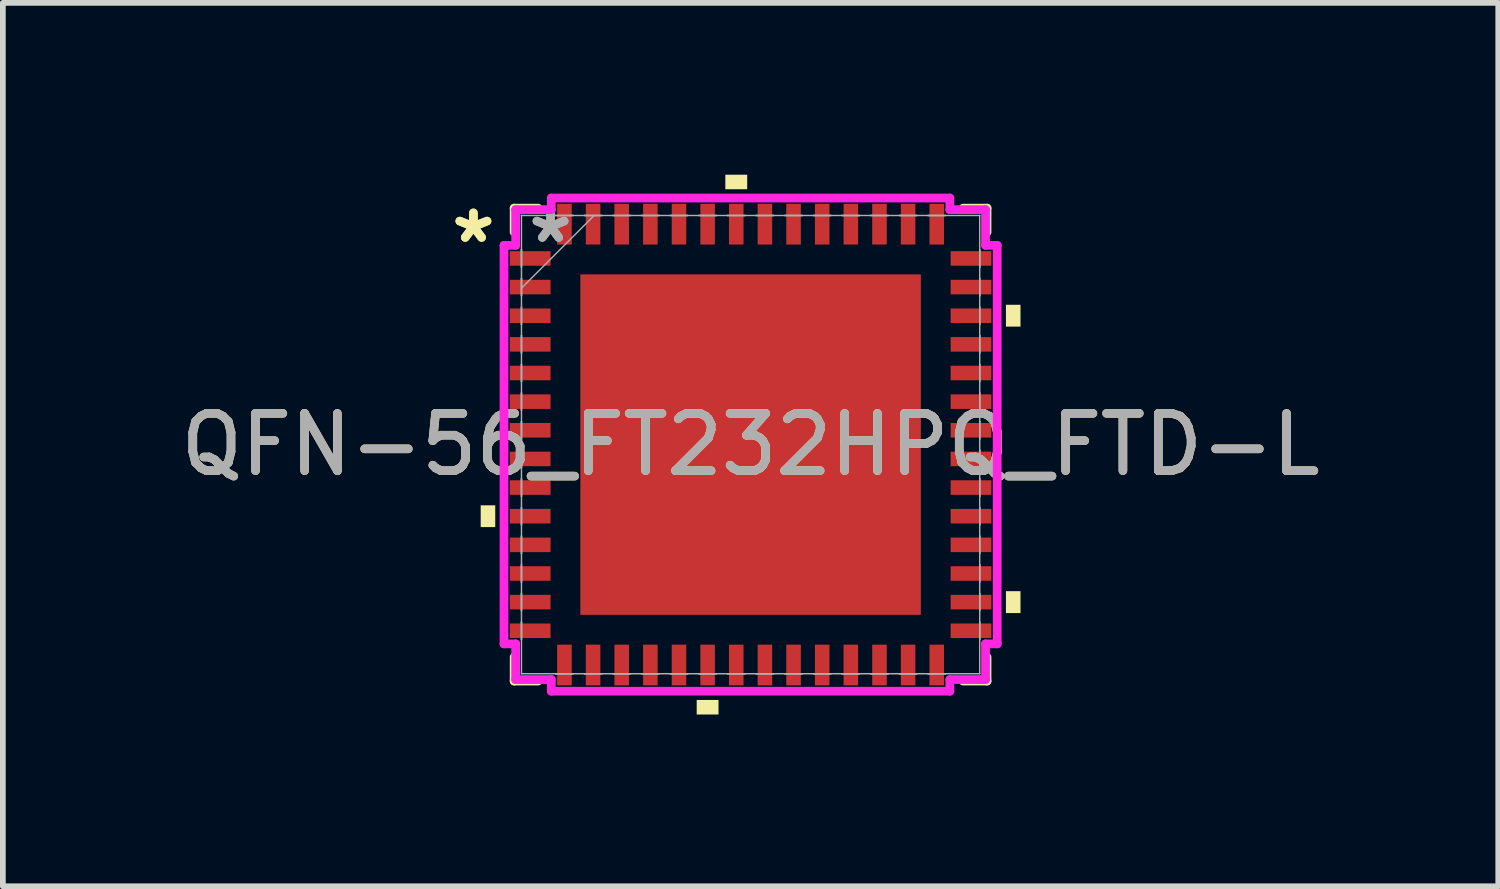
<source format=kicad_pcb>
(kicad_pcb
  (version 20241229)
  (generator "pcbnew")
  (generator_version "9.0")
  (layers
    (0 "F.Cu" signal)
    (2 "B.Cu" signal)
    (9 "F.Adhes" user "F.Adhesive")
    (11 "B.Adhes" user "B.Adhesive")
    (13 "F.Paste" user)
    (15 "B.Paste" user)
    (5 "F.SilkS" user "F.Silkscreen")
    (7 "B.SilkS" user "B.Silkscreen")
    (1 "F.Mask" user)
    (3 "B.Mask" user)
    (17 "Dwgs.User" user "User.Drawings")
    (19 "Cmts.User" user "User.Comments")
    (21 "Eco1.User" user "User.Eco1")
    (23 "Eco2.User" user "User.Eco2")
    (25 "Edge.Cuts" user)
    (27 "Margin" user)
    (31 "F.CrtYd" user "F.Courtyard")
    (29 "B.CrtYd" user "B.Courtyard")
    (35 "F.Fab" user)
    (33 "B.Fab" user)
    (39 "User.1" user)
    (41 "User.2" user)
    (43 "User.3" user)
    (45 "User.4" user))
  (footprint "QFN-56_FT232HPQ_FTD-L"
    (layer "F.Cu")
    (at 10.054 4.712)
    (property "Reference" "QFN-56_FT232HPQ_FTD-L" (at 0 0 0) (unlocked yes) (layer "F.SilkS") (effects (font (size 1 1) (thickness 0.15))))
    (attr smd)
    (fp_line (start -4.128 -4.128) (end -4.128 -3.71) (stroke (width 0.152) (type solid)) (layer "F.SilkS"))
    (fp_line (start -4.128 3.71) (end -4.128 4.128) (stroke (width 0.152) (type solid)) (layer "F.SilkS"))
    (fp_line (start -4.128 4.128) (end -3.71 4.128) (stroke (width 0.152) (type solid)) (layer "F.SilkS"))
    (fp_line (start -3.71 -4.128) (end -4.128 -4.128) (stroke (width 0.152) (type solid)) (layer "F.SilkS"))
    (fp_line (start 3.71 4.128) (end 4.128 4.128) (stroke (width 0.152) (type solid)) (layer "F.SilkS"))
    (fp_line (start 4.128 -4.128) (end 3.71 -4.128) (stroke (width 0.152) (type solid)) (layer "F.SilkS"))
    (fp_line (start 4.128 -3.71) (end 4.128 -4.128) (stroke (width 0.152) (type solid)) (layer "F.SilkS"))
    (fp_line (start 4.128 4.128) (end 4.128 3.71) (stroke (width 0.152) (type solid)) (layer "F.SilkS"))
    (fp_poly (pts (xy -4.712 1.06) (xy -4.712 1.44) (xy -4.458 1.44) (xy -4.458 1.06)) (stroke (width 0) (type solid)) (fill yes) (layer "F.SilkS"))
    (fp_poly (pts (xy -0.941 4.458) (xy -0.941 4.712) (xy -0.56 4.712) (xy -0.56 4.458)) (stroke (width 0) (type solid)) (fill yes) (layer "F.SilkS"))
    (fp_poly (pts (xy -0.441 -4.458) (xy -0.441 -4.712) (xy -0.059 -4.712) (xy -0.059 -4.458)) (stroke (width 0) (type solid)) (fill yes) (layer "F.SilkS"))
    (fp_poly (pts (xy 4.712 -2.441) (xy 4.712 -2.06) (xy 4.458 -2.06) (xy 4.458 -2.441)) (stroke (width 0) (type solid)) (fill yes) (layer "F.SilkS"))
    (fp_poly (pts (xy 4.712 2.559) (xy 4.712 2.941) (xy 4.458 2.941) (xy 4.458 2.559)) (stroke (width 0) (type solid)) (fill yes) (layer "F.SilkS"))
    (fp_poly (pts (xy -2.872 -2.872) (xy -2.872 -1.586) (xy -1.586 -1.586) (xy -1.586 -2.872)) (stroke (width 0) (type solid)) (fill yes) (layer "F.Paste"))
    (fp_poly (pts (xy -2.872 -1.386) (xy -2.872 -0.1) (xy -1.586 -0.1) (xy -1.586 -1.386)) (stroke (width 0) (type solid)) (fill yes) (layer "F.Paste"))
    (fp_poly (pts (xy -2.872 0.1) (xy -2.872 1.386) (xy -1.586 1.386) (xy -1.586 0.1)) (stroke (width 0) (type solid)) (fill yes) (layer "F.Paste"))
    (fp_poly (pts (xy -2.872 1.586) (xy -2.872 2.872) (xy -1.586 2.872) (xy -1.586 1.586)) (stroke (width 0) (type solid)) (fill yes) (layer "F.Paste"))
    (fp_poly (pts (xy -1.386 -2.872) (xy -1.386 -1.586) (xy -0.1 -1.586) (xy -0.1 -2.872)) (stroke (width 0) (type solid)) (fill yes) (layer "F.Paste"))
    (fp_poly (pts (xy -1.386 -1.386) (xy -1.386 -0.1) (xy -0.1 -0.1) (xy -0.1 -1.386)) (stroke (width 0) (type solid)) (fill yes) (layer "F.Paste"))
    (fp_poly (pts (xy -1.386 0.1) (xy -1.386 1.386) (xy -0.1 1.386) (xy -0.1 0.1)) (stroke (width 0) (type solid)) (fill yes) (layer "F.Paste"))
    (fp_poly (pts (xy -1.386 1.586) (xy -1.386 2.872) (xy -0.1 2.872) (xy -0.1 1.586)) (stroke (width 0) (type solid)) (fill yes) (layer "F.Paste"))
    (fp_poly (pts (xy 0.1 -2.872) (xy 0.1 -1.586) (xy 1.386 -1.586) (xy 1.386 -2.872)) (stroke (width 0) (type solid)) (fill yes) (layer "F.Paste"))
    (fp_poly (pts (xy 0.1 -1.386) (xy 0.1 -0.1) (xy 1.386 -0.1) (xy 1.386 -1.386)) (stroke (width 0) (type solid)) (fill yes) (layer "F.Paste"))
    (fp_poly (pts (xy 0.1 0.1) (xy 0.1 1.386) (xy 1.386 1.386) (xy 1.386 0.1)) (stroke (width 0) (type solid)) (fill yes) (layer "F.Paste"))
    (fp_poly (pts (xy 0.1 1.586) (xy 0.1 2.872) (xy 1.386 2.872) (xy 1.386 1.586)) (stroke (width 0) (type solid)) (fill yes) (layer "F.Paste"))
    (fp_poly (pts (xy 1.586 -2.872) (xy 1.586 -1.586) (xy 2.872 -1.586) (xy 2.872 -2.872)) (stroke (width 0) (type solid)) (fill yes) (layer "F.Paste"))
    (fp_poly (pts (xy 1.586 -1.386) (xy 1.586 -0.1) (xy 2.872 -0.1) (xy 2.872 -1.386)) (stroke (width 0) (type solid)) (fill yes) (layer "F.Paste"))
    (fp_poly (pts (xy 1.586 0.1) (xy 1.586 1.386) (xy 2.872 1.386) (xy 2.872 0.1)) (stroke (width 0) (type solid)) (fill yes) (layer "F.Paste"))
    (fp_poly (pts (xy 1.586 1.586) (xy 1.586 2.872) (xy 2.872 2.872) (xy 2.872 1.586)) (stroke (width 0) (type solid)) (fill yes) (layer "F.Paste"))
    (fp_line (start -4.305 -3.479) (end -4.102 -3.479) (stroke (width 0.152) (type solid)) (layer "F.CrtYd"))
    (fp_line (start -4.305 3.479) (end -4.305 -3.479) (stroke (width 0.152) (type solid)) (layer "F.CrtYd"))
    (fp_line (start -4.102 -4.102) (end -3.479 -4.102) (stroke (width 0.152) (type solid)) (layer "F.CrtYd"))
    (fp_line (start -4.102 -3.479) (end -4.102 -4.102) (stroke (width 0.152) (type solid)) (layer "F.CrtYd"))
    (fp_line (start -4.102 3.479) (end -4.305 3.479) (stroke (width 0.152) (type solid)) (layer "F.CrtYd"))
    (fp_line (start -4.102 4.102) (end -4.102 3.479) (stroke (width 0.152) (type solid)) (layer "F.CrtYd"))
    (fp_line (start -3.479 -4.305) (end 3.479 -4.305) (stroke (width 0.152) (type solid)) (layer "F.CrtYd"))
    (fp_line (start -3.479 -4.102) (end -3.479 -4.305) (stroke (width 0.152) (type solid)) (layer "F.CrtYd"))
    (fp_line (start -3.479 4.102) (end -4.102 4.102) (stroke (width 0.152) (type solid)) (layer "F.CrtYd"))
    (fp_line (start -3.479 4.305) (end -3.479 4.102) (stroke (width 0.152) (type solid)) (layer "F.CrtYd"))
    (fp_line (start 3.479 -4.305) (end 3.479 -4.102) (stroke (width 0.152) (type solid)) (layer "F.CrtYd"))
    (fp_line (start 3.479 -4.102) (end 4.102 -4.102) (stroke (width 0.152) (type solid)) (layer "F.CrtYd"))
    (fp_line (start 3.479 4.102) (end 3.479 4.305) (stroke (width 0.152) (type solid)) (layer "F.CrtYd"))
    (fp_line (start 3.479 4.305) (end -3.479 4.305) (stroke (width 0.152) (type solid)) (layer "F.CrtYd"))
    (fp_line (start 4.102 -4.102) (end 4.102 -3.479) (stroke (width 0.152) (type solid)) (layer "F.CrtYd"))
    (fp_line (start 4.102 -3.479) (end 4.305 -3.479) (stroke (width 0.152) (type solid)) (layer "F.CrtYd"))
    (fp_line (start 4.102 3.479) (end 4.102 4.102) (stroke (width 0.152) (type solid)) (layer "F.CrtYd"))
    (fp_line (start 4.102 4.102) (end 3.479 4.102) (stroke (width 0.152) (type solid)) (layer "F.CrtYd"))
    (fp_line (start 4.305 -3.479) (end 4.305 3.479) (stroke (width 0.152) (type solid)) (layer "F.CrtYd"))
    (fp_line (start 4.305 3.479) (end 4.102 3.479) (stroke (width 0.152) (type solid)) (layer "F.CrtYd"))
    (fp_line (start -4 -4) (end -4 -4) (stroke (width 0.025) (type solid)) (layer "F.Fab"))
    (fp_line (start -4 -4) (end -4 4) (stroke (width 0.025) (type solid)) (layer "F.Fab"))
    (fp_line (start -4 -3.402) (end -4 -3.402) (stroke (width 0.025) (type solid)) (layer "F.Fab"))
    (fp_line (start -4 -3.402) (end -4 -3.098) (stroke (width 0.025) (type solid)) (layer "F.Fab"))
    (fp_line (start -4 -3.098) (end -4 -3.402) (stroke (width 0.025) (type solid)) (layer "F.Fab"))
    (fp_line (start -4 -3.098) (end -4 -3.098) (stroke (width 0.025) (type solid)) (layer "F.Fab"))
    (fp_line (start -4 -2.902) (end -4 -2.902) (stroke (width 0.025) (type solid)) (layer "F.Fab"))
    (fp_line (start -4 -2.902) (end -4 -2.598) (stroke (width 0.025) (type solid)) (layer "F.Fab"))
    (fp_line (start -4 -2.731) (end -2.731 -4) (stroke (width 0.025) (type solid)) (layer "F.Fab"))
    (fp_line (start -4 -2.598) (end -4 -2.902) (stroke (width 0.025) (type solid)) (layer "F.Fab"))
    (fp_line (start -4 -2.598) (end -4 -2.598) (stroke (width 0.025) (type solid)) (layer "F.Fab"))
    (fp_line (start -4 -2.402) (end -4 -2.402) (stroke (width 0.025) (type solid)) (layer "F.Fab"))
    (fp_line (start -4 -2.402) (end -4 -2.098) (stroke (width 0.025) (type solid)) (layer "F.Fab"))
    (fp_line (start -4 -2.098) (end -4 -2.402) (stroke (width 0.025) (type solid)) (layer "F.Fab"))
    (fp_line (start -4 -2.098) (end -4 -2.098) (stroke (width 0.025) (type solid)) (layer "F.Fab"))
    (fp_line (start -4 -1.902) (end -4 -1.902) (stroke (width 0.025) (type solid)) (layer "F.Fab"))
    (fp_line (start -4 -1.902) (end -4 -1.598) (stroke (width 0.025) (type solid)) (layer "F.Fab"))
    (fp_line (start -4 -1.598) (end -4 -1.902) (stroke (width 0.025) (type solid)) (layer "F.Fab"))
    (fp_line (start -4 -1.598) (end -4 -1.598) (stroke (width 0.025) (type solid)) (layer "F.Fab"))
    (fp_line (start -4 -1.402) (end -4 -1.402) (stroke (width 0.025) (type solid)) (layer "F.Fab"))
    (fp_line (start -4 -1.402) (end -4 -1.098) (stroke (width 0.025) (type solid)) (layer "F.Fab"))
    (fp_line (start -4 -1.098) (end -4 -1.402) (stroke (width 0.025) (type solid)) (layer "F.Fab"))
    (fp_line (start -4 -1.098) (end -4 -1.098) (stroke (width 0.025) (type solid)) (layer "F.Fab"))
    (fp_line (start -4 -0.902) (end -4 -0.902) (stroke (width 0.025) (type solid)) (layer "F.Fab"))
    (fp_line (start -4 -0.902) (end -4 -0.598) (stroke (width 0.025) (type solid)) (layer "F.Fab"))
    (fp_line (start -4 -0.598) (end -4 -0.902) (stroke (width 0.025) (type solid)) (layer "F.Fab"))
    (fp_line (start -4 -0.598) (end -4 -0.598) (stroke (width 0.025) (type solid)) (layer "F.Fab"))
    (fp_line (start -4 -0.402) (end -4 -0.402) (stroke (width 0.025) (type solid)) (layer "F.Fab"))
    (fp_line (start -4 -0.402) (end -4 -0.098) (stroke (width 0.025) (type solid)) (layer "F.Fab"))
    (fp_line (start -4 -0.098) (end -4 -0.402) (stroke (width 0.025) (type solid)) (layer "F.Fab"))
    (fp_line (start -4 -0.098) (end -4 -0.098) (stroke (width 0.025) (type solid)) (layer "F.Fab"))
    (fp_line (start -4 0.098) (end -4 0.098) (stroke (width 0.025) (type solid)) (layer "F.Fab"))
    (fp_line (start -4 0.098) (end -4 0.402) (stroke (width 0.025) (type solid)) (layer "F.Fab"))
    (fp_line (start -4 0.402) (end -4 0.098) (stroke (width 0.025) (type solid)) (layer "F.Fab"))
    (fp_line (start -4 0.402) (end -4 0.402) (stroke (width 0.025) (type solid)) (layer "F.Fab"))
    (fp_line (start -4 0.598) (end -4 0.598) (stroke (width 0.025) (type solid)) (layer "F.Fab"))
    (fp_line (start -4 0.598) (end -4 0.902) (stroke (width 0.025) (type solid)) (layer "F.Fab"))
    (fp_line (start -4 0.902) (end -4 0.598) (stroke (width 0.025) (type solid)) (layer "F.Fab"))
    (fp_line (start -4 0.902) (end -4 0.902) (stroke (width 0.025) (type solid)) (layer "F.Fab"))
    (fp_line (start -4 1.098) (end -4 1.098) (stroke (width 0.025) (type solid)) (layer "F.Fab"))
    (fp_line (start -4 1.098) (end -4 1.402) (stroke (width 0.025) (type solid)) (layer "F.Fab"))
    (fp_line (start -4 1.402) (end -4 1.098) (stroke (width 0.025) (type solid)) (layer "F.Fab"))
    (fp_line (start -4 1.402) (end -4 1.402) (stroke (width 0.025) (type solid)) (layer "F.Fab"))
    (fp_line (start -4 1.598) (end -4 1.598) (stroke (width 0.025) (type solid)) (layer "F.Fab"))
    (fp_line (start -4 1.598) (end -4 1.902) (stroke (width 0.025) (type solid)) (layer "F.Fab"))
    (fp_line (start -4 1.902) (end -4 1.598) (stroke (width 0.025) (type solid)) (layer "F.Fab"))
    (fp_line (start -4 1.902) (end -4 1.902) (stroke (width 0.025) (type solid)) (layer "F.Fab"))
    (fp_line (start -4 2.098) (end -4 2.098) (stroke (width 0.025) (type solid)) (layer "F.Fab"))
    (fp_line (start -4 2.098) (end -4 2.402) (stroke (width 0.025) (type solid)) (layer "F.Fab"))
    (fp_line (start -4 2.402) (end -4 2.098) (stroke (width 0.025) (type solid)) (layer "F.Fab"))
    (fp_line (start -4 2.402) (end -4 2.402) (stroke (width 0.025) (type solid)) (layer "F.Fab"))
    (fp_line (start -4 2.598) (end -4 2.598) (stroke (width 0.025) (type solid)) (layer "F.Fab"))
    (fp_line (start -4 2.598) (end -4 2.902) (stroke (width 0.025) (type solid)) (layer "F.Fab"))
    (fp_line (start -4 2.902) (end -4 2.598) (stroke (width 0.025) (type solid)) (layer "F.Fab"))
    (fp_line (start -4 2.902) (end -4 2.902) (stroke (width 0.025) (type solid)) (layer "F.Fab"))
    (fp_line (start -4 3.098) (end -4 3.098) (stroke (width 0.025) (type solid)) (layer "F.Fab"))
    (fp_line (start -4 3.098) (end -4 3.402) (stroke (width 0.025) (type solid)) (layer "F.Fab"))
    (fp_line (start -4 3.402) (end -4 3.098) (stroke (width 0.025) (type solid)) (layer "F.Fab"))
    (fp_line (start -4 3.402) (end -4 3.402) (stroke (width 0.025) (type solid)) (layer "F.Fab"))
    (fp_line (start -4 4) (end -4 4) (stroke (width 0.025) (type solid)) (layer "F.Fab"))
    (fp_line (start -4 4) (end 4 4) (stroke (width 0.025) (type solid)) (layer "F.Fab"))
    (fp_line (start -3.402 -4) (end -3.402 -4) (stroke (width 0.025) (type solid)) (layer "F.Fab"))
    (fp_line (start -3.402 -4) (end -3.098 -4) (stroke (width 0.025) (type solid)) (layer "F.Fab"))
    (fp_line (start -3.402 4) (end -3.402 4) (stroke (width 0.025) (type solid)) (layer "F.Fab"))
    (fp_line (start -3.402 4) (end -3.098 4) (stroke (width 0.025) (type solid)) (layer "F.Fab"))
    (fp_line (start -3.098 -4) (end -3.402 -4) (stroke (width 0.025) (type solid)) (layer "F.Fab"))
    (fp_line (start -3.098 -4) (end -3.098 -4) (stroke (width 0.025) (type solid)) (layer "F.Fab"))
    (fp_line (start -3.098 4) (end -3.402 4) (stroke (width 0.025) (type solid)) (layer "F.Fab"))
    (fp_line (start -3.098 4) (end -3.098 4) (stroke (width 0.025) (type solid)) (layer "F.Fab"))
    (fp_line (start -2.902 -4) (end -2.902 -4) (stroke (width 0.025) (type solid)) (layer "F.Fab"))
    (fp_line (start -2.902 -4) (end -2.598 -4) (stroke (width 0.025) (type solid)) (layer "F.Fab"))
    (fp_line (start -2.902 4) (end -2.902 4) (stroke (width 0.025) (type solid)) (layer "F.Fab"))
    (fp_line (start -2.902 4) (end -2.598 4) (stroke (width 0.025) (type solid)) (layer "F.Fab"))
    (fp_line (start -2.598 -4) (end -2.902 -4) (stroke (width 0.025) (type solid)) (layer "F.Fab"))
    (fp_line (start -2.598 -4) (end -2.598 -4) (stroke (width 0.025) (type solid)) (layer "F.Fab"))
    (fp_line (start -2.598 4) (end -2.902 4) (stroke (width 0.025) (type solid)) (layer "F.Fab"))
    (fp_line (start -2.598 4) (end -2.598 4) (stroke (width 0.025) (type solid)) (layer "F.Fab"))
    (fp_line (start -2.402 -4) (end -2.402 -4) (stroke (width 0.025) (type solid)) (layer "F.Fab"))
    (fp_line (start -2.402 -4) (end -2.098 -4) (stroke (width 0.025) (type solid)) (layer "F.Fab"))
    (fp_line (start -2.402 4) (end -2.402 4) (stroke (width 0.025) (type solid)) (layer "F.Fab"))
    (fp_line (start -2.402 4) (end -2.098 4) (stroke (width 0.025) (type solid)) (layer "F.Fab"))
    (fp_line (start -2.098 -4) (end -2.402 -4) (stroke (width 0.025) (type solid)) (layer "F.Fab"))
    (fp_line (start -2.098 -4) (end -2.098 -4) (stroke (width 0.025) (type solid)) (layer "F.Fab"))
    (fp_line (start -2.098 4) (end -2.402 4) (stroke (width 0.025) (type solid)) (layer "F.Fab"))
    (fp_line (start -2.098 4) (end -2.098 4) (stroke (width 0.025) (type solid)) (layer "F.Fab"))
    (fp_line (start -1.902 -4) (end -1.902 -4) (stroke (width 0.025) (type solid)) (layer "F.Fab"))
    (fp_line (start -1.902 -4) (end -1.598 -4) (stroke (width 0.025) (type solid)) (layer "F.Fab"))
    (fp_line (start -1.902 4) (end -1.902 4) (stroke (width 0.025) (type solid)) (layer "F.Fab"))
    (fp_line (start -1.902 4) (end -1.598 4) (stroke (width 0.025) (type solid)) (layer "F.Fab"))
    (fp_line (start -1.598 -4) (end -1.902 -4) (stroke (width 0.025) (type solid)) (layer "F.Fab"))
    (fp_line (start -1.598 -4) (end -1.598 -4) (stroke (width 0.025) (type solid)) (layer "F.Fab"))
    (fp_line (start -1.598 4) (end -1.902 4) (stroke (width 0.025) (type solid)) (layer "F.Fab"))
    (fp_line (start -1.598 4) (end -1.598 4) (stroke (width 0.025) (type solid)) (layer "F.Fab"))
    (fp_line (start -1.402 -4) (end -1.402 -4) (stroke (width 0.025) (type solid)) (layer "F.Fab"))
    (fp_line (start -1.402 -4) (end -1.098 -4) (stroke (width 0.025) (type solid)) (layer "F.Fab"))
    (fp_line (start -1.402 4) (end -1.402 4) (stroke (width 0.025) (type solid)) (layer "F.Fab"))
    (fp_line (start -1.402 4) (end -1.098 4) (stroke (width 0.025) (type solid)) (layer "F.Fab"))
    (fp_line (start -1.098 -4) (end -1.402 -4) (stroke (width 0.025) (type solid)) (layer "F.Fab"))
    (fp_line (start -1.098 -4) (end -1.098 -4) (stroke (width 0.025) (type solid)) (layer "F.Fab"))
    (fp_line (start -1.098 4) (end -1.402 4) (stroke (width 0.025) (type solid)) (layer "F.Fab"))
    (fp_line (start -1.098 4) (end -1.098 4) (stroke (width 0.025) (type solid)) (layer "F.Fab"))
    (fp_line (start -0.902 -4) (end -0.902 -4) (stroke (width 0.025) (type solid)) (layer "F.Fab"))
    (fp_line (start -0.902 -4) (end -0.598 -4) (stroke (width 0.025) (type solid)) (layer "F.Fab"))
    (fp_line (start -0.902 4) (end -0.902 4) (stroke (width 0.025) (type solid)) (layer "F.Fab"))
    (fp_line (start -0.902 4) (end -0.598 4) (stroke (width 0.025) (type solid)) (layer "F.Fab"))
    (fp_line (start -0.598 -4) (end -0.902 -4) (stroke (width 0.025) (type solid)) (layer "F.Fab"))
    (fp_line (start -0.598 -4) (end -0.598 -4) (stroke (width 0.025) (type solid)) (layer "F.Fab"))
    (fp_line (start -0.598 4) (end -0.902 4) (stroke (width 0.025) (type solid)) (layer "F.Fab"))
    (fp_line (start -0.598 4) (end -0.598 4) (stroke (width 0.025) (type solid)) (layer "F.Fab"))
    (fp_line (start -0.402 -4) (end -0.402 -4) (stroke (width 0.025) (type solid)) (layer "F.Fab"))
    (fp_line (start -0.402 -4) (end -0.098 -4) (stroke (width 0.025) (type solid)) (layer "F.Fab"))
    (fp_line (start -0.402 4) (end -0.402 4) (stroke (width 0.025) (type solid)) (layer "F.Fab"))
    (fp_line (start -0.402 4) (end -0.098 4) (stroke (width 0.025) (type solid)) (layer "F.Fab"))
    (fp_line (start -0.098 -4) (end -0.402 -4) (stroke (width 0.025) (type solid)) (layer "F.Fab"))
    (fp_line (start -0.098 -4) (end -0.098 -4) (stroke (width 0.025) (type solid)) (layer "F.Fab"))
    (fp_line (start -0.098 4) (end -0.402 4) (stroke (width 0.025) (type solid)) (layer "F.Fab"))
    (fp_line (start -0.098 4) (end -0.098 4) (stroke (width 0.025) (type solid)) (layer "F.Fab"))
    (fp_line (start 0.098 -4) (end 0.098 -4) (stroke (width 0.025) (type solid)) (layer "F.Fab"))
    (fp_line (start 0.098 -4) (end 0.402 -4) (stroke (width 0.025) (type solid)) (layer "F.Fab"))
    (fp_line (start 0.098 4) (end 0.098 4) (stroke (width 0.025) (type solid)) (layer "F.Fab"))
    (fp_line (start 0.098 4) (end 0.402 4) (stroke (width 0.025) (type solid)) (layer "F.Fab"))
    (fp_line (start 0.402 -4) (end 0.098 -4) (stroke (width 0.025) (type solid)) (layer "F.Fab"))
    (fp_line (start 0.402 -4) (end 0.402 -4) (stroke (width 0.025) (type solid)) (layer "F.Fab"))
    (fp_line (start 0.402 4) (end 0.098 4) (stroke (width 0.025) (type solid)) (layer "F.Fab"))
    (fp_line (start 0.402 4) (end 0.402 4) (stroke (width 0.025) (type solid)) (layer "F.Fab"))
    (fp_line (start 0.598 -4) (end 0.598 -4) (stroke (width 0.025) (type solid)) (layer "F.Fab"))
    (fp_line (start 0.598 -4) (end 0.902 -4) (stroke (width 0.025) (type solid)) (layer "F.Fab"))
    (fp_line (start 0.598 4) (end 0.598 4) (stroke (width 0.025) (type solid)) (layer "F.Fab"))
    (fp_line (start 0.598 4) (end 0.902 4) (stroke (width 0.025) (type solid)) (layer "F.Fab"))
    (fp_line (start 0.902 -4) (end 0.598 -4) (stroke (width 0.025) (type solid)) (layer "F.Fab"))
    (fp_line (start 0.902 -4) (end 0.902 -4) (stroke (width 0.025) (type solid)) (layer "F.Fab"))
    (fp_line (start 0.902 4) (end 0.598 4) (stroke (width 0.025) (type solid)) (layer "F.Fab"))
    (fp_line (start 0.902 4) (end 0.902 4) (stroke (width 0.025) (type solid)) (layer "F.Fab"))
    (fp_line (start 1.098 -4) (end 1.098 -4) (stroke (width 0.025) (type solid)) (layer "F.Fab"))
    (fp_line (start 1.098 -4) (end 1.402 -4) (stroke (width 0.025) (type solid)) (layer "F.Fab"))
    (fp_line (start 1.098 4) (end 1.098 4) (stroke (width 0.025) (type solid)) (layer "F.Fab"))
    (fp_line (start 1.098 4) (end 1.402 4) (stroke (width 0.025) (type solid)) (layer "F.Fab"))
    (fp_line (start 1.402 -4) (end 1.098 -4) (stroke (width 0.025) (type solid)) (layer "F.Fab"))
    (fp_line (start 1.402 -4) (end 1.402 -4) (stroke (width 0.025) (type solid)) (layer "F.Fab"))
    (fp_line (start 1.402 4) (end 1.098 4) (stroke (width 0.025) (type solid)) (layer "F.Fab"))
    (fp_line (start 1.402 4) (end 1.402 4) (stroke (width 0.025) (type solid)) (layer "F.Fab"))
    (fp_line (start 1.598 -4) (end 1.598 -4) (stroke (width 0.025) (type solid)) (layer "F.Fab"))
    (fp_line (start 1.598 -4) (end 1.902 -4) (stroke (width 0.025) (type solid)) (layer "F.Fab"))
    (fp_line (start 1.598 4) (end 1.598 4) (stroke (width 0.025) (type solid)) (layer "F.Fab"))
    (fp_line (start 1.598 4) (end 1.902 4) (stroke (width 0.025) (type solid)) (layer "F.Fab"))
    (fp_line (start 1.902 -4) (end 1.598 -4) (stroke (width 0.025) (type solid)) (layer "F.Fab"))
    (fp_line (start 1.902 -4) (end 1.902 -4) (stroke (width 0.025) (type solid)) (layer "F.Fab"))
    (fp_line (start 1.902 4) (end 1.598 4) (stroke (width 0.025) (type solid)) (layer "F.Fab"))
    (fp_line (start 1.902 4) (end 1.902 4) (stroke (width 0.025) (type solid)) (layer "F.Fab"))
    (fp_line (start 2.098 -4) (end 2.098 -4) (stroke (width 0.025) (type solid)) (layer "F.Fab"))
    (fp_line (start 2.098 -4) (end 2.402 -4) (stroke (width 0.025) (type solid)) (layer "F.Fab"))
    (fp_line (start 2.098 4) (end 2.098 4) (stroke (width 0.025) (type solid)) (layer "F.Fab"))
    (fp_line (start 2.098 4) (end 2.402 4) (stroke (width 0.025) (type solid)) (layer "F.Fab"))
    (fp_line (start 2.402 -4) (end 2.098 -4) (stroke (width 0.025) (type solid)) (layer "F.Fab"))
    (fp_line (start 2.402 -4) (end 2.402 -4) (stroke (width 0.025) (type solid)) (layer "F.Fab"))
    (fp_line (start 2.402 4) (end 2.098 4) (stroke (width 0.025) (type solid)) (layer "F.Fab"))
    (fp_line (start 2.402 4) (end 2.402 4) (stroke (width 0.025) (type solid)) (layer "F.Fab"))
    (fp_line (start 2.598 -4) (end 2.598 -4) (stroke (width 0.025) (type solid)) (layer "F.Fab"))
    (fp_line (start 2.598 -4) (end 2.902 -4) (stroke (width 0.025) (type solid)) (layer "F.Fab"))
    (fp_line (start 2.598 4) (end 2.598 4) (stroke (width 0.025) (type solid)) (layer "F.Fab"))
    (fp_line (start 2.598 4) (end 2.902 4) (stroke (width 0.025) (type solid)) (layer "F.Fab"))
    (fp_line (start 2.902 -4) (end 2.598 -4) (stroke (width 0.025) (type solid)) (layer "F.Fab"))
    (fp_line (start 2.902 -4) (end 2.902 -4) (stroke (width 0.025) (type solid)) (layer "F.Fab"))
    (fp_line (start 2.902 4) (end 2.598 4) (stroke (width 0.025) (type solid)) (layer "F.Fab"))
    (fp_line (start 2.902 4) (end 2.902 4) (stroke (width 0.025) (type solid)) (layer "F.Fab"))
    (fp_line (start 3.098 -4) (end 3.098 -4) (stroke (width 0.025) (type solid)) (layer "F.Fab"))
    (fp_line (start 3.098 -4) (end 3.402 -4) (stroke (width 0.025) (type solid)) (layer "F.Fab"))
    (fp_line (start 3.098 4) (end 3.098 4) (stroke (width 0.025) (type solid)) (layer "F.Fab"))
    (fp_line (start 3.098 4) (end 3.402 4) (stroke (width 0.025) (type solid)) (layer "F.Fab"))
    (fp_line (start 3.402 -4) (end 3.098 -4) (stroke (width 0.025) (type solid)) (layer "F.Fab"))
    (fp_line (start 3.402 -4) (end 3.402 -4) (stroke (width 0.025) (type solid)) (layer "F.Fab"))
    (fp_line (start 3.402 4) (end 3.098 4) (stroke (width 0.025) (type solid)) (layer "F.Fab"))
    (fp_line (start 3.402 4) (end 3.402 4) (stroke (width 0.025) (type solid)) (layer "F.Fab"))
    (fp_line (start 4 -4) (end -4 -4) (stroke (width 0.025) (type solid)) (layer "F.Fab"))
    (fp_line (start 4 -4) (end 4 -4) (stroke (width 0.025) (type solid)) (layer "F.Fab"))
    (fp_line (start 4 -3.402) (end 4 -3.402) (stroke (width 0.025) (type solid)) (layer "F.Fab"))
    (fp_line (start 4 -3.402) (end 4 -3.098) (stroke (width 0.025) (type solid)) (layer "F.Fab"))
    (fp_line (start 4 -3.098) (end 4 -3.402) (stroke (width 0.025) (type solid)) (layer "F.Fab"))
    (fp_line (start 4 -3.098) (end 4 -3.098) (stroke (width 0.025) (type solid)) (layer "F.Fab"))
    (fp_line (start 4 -2.902) (end 4 -2.902) (stroke (width 0.025) (type solid)) (layer "F.Fab"))
    (fp_line (start 4 -2.902) (end 4 -2.598) (stroke (width 0.025) (type solid)) (layer "F.Fab"))
    (fp_line (start 4 -2.598) (end 4 -2.902) (stroke (width 0.025) (type solid)) (layer "F.Fab"))
    (fp_line (start 4 -2.598) (end 4 -2.598) (stroke (width 0.025) (type solid)) (layer "F.Fab"))
    (fp_line (start 4 -2.402) (end 4 -2.402) (stroke (width 0.025) (type solid)) (layer "F.Fab"))
    (fp_line (start 4 -2.402) (end 4 -2.098) (stroke (width 0.025) (type solid)) (layer "F.Fab"))
    (fp_line (start 4 -2.098) (end 4 -2.402) (stroke (width 0.025) (type solid)) (layer "F.Fab"))
    (fp_line (start 4 -2.098) (end 4 -2.098) (stroke (width 0.025) (type solid)) (layer "F.Fab"))
    (fp_line (start 4 -1.902) (end 4 -1.902) (stroke (width 0.025) (type solid)) (layer "F.Fab"))
    (fp_line (start 4 -1.902) (end 4 -1.598) (stroke (width 0.025) (type solid)) (layer "F.Fab"))
    (fp_line (start 4 -1.598) (end 4 -1.902) (stroke (width 0.025) (type solid)) (layer "F.Fab"))
    (fp_line (start 4 -1.598) (end 4 -1.598) (stroke (width 0.025) (type solid)) (layer "F.Fab"))
    (fp_line (start 4 -1.402) (end 4 -1.402) (stroke (width 0.025) (type solid)) (layer "F.Fab"))
    (fp_line (start 4 -1.402) (end 4 -1.098) (stroke (width 0.025) (type solid)) (layer "F.Fab"))
    (fp_line (start 4 -1.098) (end 4 -1.402) (stroke (width 0.025) (type solid)) (layer "F.Fab"))
    (fp_line (start 4 -1.098) (end 4 -1.098) (stroke (width 0.025) (type solid)) (layer "F.Fab"))
    (fp_line (start 4 -0.902) (end 4 -0.902) (stroke (width 0.025) (type solid)) (layer "F.Fab"))
    (fp_line (start 4 -0.902) (end 4 -0.598) (stroke (width 0.025) (type solid)) (layer "F.Fab"))
    (fp_line (start 4 -0.598) (end 4 -0.902) (stroke (width 0.025) (type solid)) (layer "F.Fab"))
    (fp_line (start 4 -0.598) (end 4 -0.598) (stroke (width 0.025) (type solid)) (layer "F.Fab"))
    (fp_line (start 4 -0.402) (end 4 -0.402) (stroke (width 0.025) (type solid)) (layer "F.Fab"))
    (fp_line (start 4 -0.402) (end 4 -0.098) (stroke (width 0.025) (type solid)) (layer "F.Fab"))
    (fp_line (start 4 -0.098) (end 4 -0.402) (stroke (width 0.025) (type solid)) (layer "F.Fab"))
    (fp_line (start 4 -0.098) (end 4 -0.098) (stroke (width 0.025) (type solid)) (layer "F.Fab"))
    (fp_line (start 4 0.098) (end 4 0.098) (stroke (width 0.025) (type solid)) (layer "F.Fab"))
    (fp_line (start 4 0.098) (end 4 0.402) (stroke (width 0.025) (type solid)) (layer "F.Fab"))
    (fp_line (start 4 0.402) (end 4 0.098) (stroke (width 0.025) (type solid)) (layer "F.Fab"))
    (fp_line (start 4 0.402) (end 4 0.402) (stroke (width 0.025) (type solid)) (layer "F.Fab"))
    (fp_line (start 4 0.598) (end 4 0.598) (stroke (width 0.025) (type solid)) (layer "F.Fab"))
    (fp_line (start 4 0.598) (end 4 0.902) (stroke (width 0.025) (type solid)) (layer "F.Fab"))
    (fp_line (start 4 0.902) (end 4 0.598) (stroke (width 0.025) (type solid)) (layer "F.Fab"))
    (fp_line (start 4 0.902) (end 4 0.902) (stroke (width 0.025) (type solid)) (layer "F.Fab"))
    (fp_line (start 4 1.098) (end 4 1.098) (stroke (width 0.025) (type solid)) (layer "F.Fab"))
    (fp_line (start 4 1.098) (end 4 1.402) (stroke (width 0.025) (type solid)) (layer "F.Fab"))
    (fp_line (start 4 1.402) (end 4 1.098) (stroke (width 0.025) (type solid)) (layer "F.Fab"))
    (fp_line (start 4 1.402) (end 4 1.402) (stroke (width 0.025) (type solid)) (layer "F.Fab"))
    (fp_line (start 4 1.598) (end 4 1.598) (stroke (width 0.025) (type solid)) (layer "F.Fab"))
    (fp_line (start 4 1.598) (end 4 1.902) (stroke (width 0.025) (type solid)) (layer "F.Fab"))
    (fp_line (start 4 1.902) (end 4 1.598) (stroke (width 0.025) (type solid)) (layer "F.Fab"))
    (fp_line (start 4 1.902) (end 4 1.902) (stroke (width 0.025) (type solid)) (layer "F.Fab"))
    (fp_line (start 4 2.098) (end 4 2.098) (stroke (width 0.025) (type solid)) (layer "F.Fab"))
    (fp_line (start 4 2.098) (end 4 2.402) (stroke (width 0.025) (type solid)) (layer "F.Fab"))
    (fp_line (start 4 2.402) (end 4 2.098) (stroke (width 0.025) (type solid)) (layer "F.Fab"))
    (fp_line (start 4 2.402) (end 4 2.402) (stroke (width 0.025) (type solid)) (layer "F.Fab"))
    (fp_line (start 4 2.598) (end 4 2.598) (stroke (width 0.025) (type solid)) (layer "F.Fab"))
    (fp_line (start 4 2.598) (end 4 2.902) (stroke (width 0.025) (type solid)) (layer "F.Fab"))
    (fp_line (start 4 2.902) (end 4 2.598) (stroke (width 0.025) (type solid)) (layer "F.Fab"))
    (fp_line (start 4 2.902) (end 4 2.902) (stroke (width 0.025) (type solid)) (layer "F.Fab"))
    (fp_line (start 4 3.098) (end 4 3.098) (stroke (width 0.025) (type solid)) (layer "F.Fab"))
    (fp_line (start 4 3.098) (end 4 3.402) (stroke (width 0.025) (type solid)) (layer "F.Fab"))
    (fp_line (start 4 3.402) (end 4 3.098) (stroke (width 0.025) (type solid)) (layer "F.Fab"))
    (fp_line (start 4 3.402) (end 4 3.402) (stroke (width 0.025) (type solid)) (layer "F.Fab"))
    (fp_line (start 4 4) (end 4 -4) (stroke (width 0.025) (type solid)) (layer "F.Fab"))
    (fp_line (start 4 4) (end 4 4) (stroke (width 0.025) (type solid)) (layer "F.Fab"))
    (fp_text user "*" (at -4.839 -3.5 0) (layer "F.SilkS") (effects (font (size 1 1) (thickness 0.15))))
    (fp_text user "*" (at -4.839 -3.5 0) (unlocked yes) (layer "F.SilkS") (effects (font (size 1 1) (thickness 0.15))))
    (fp_text user "*" (at -3.493 -3.5 0) (unlocked yes) (layer "F.Fab") (effects (font (size 1 1) (thickness 0.15))))
    (fp_text user "*" (at -3.493 -3.5 0) (layer "F.Fab") (effects (font (size 1 1) (thickness 0.15))))
    (fp_text user "${REFERENCE}" (at 0 0 0) (unlocked yes) (layer "F.Fab") (effects (font (size 1 1) (thickness 0.15))))
    (pad "1" smd rect (at -3.848 -3.25 90) (size 0.254 0.711) (layers "F.Cu" "F.Mask" "F.Paste"))
    (pad "2" smd rect (at -3.848 -2.75 90) (size 0.254 0.711) (layers "F.Cu" "F.Mask" "F.Paste"))
    (pad "3" smd rect (at -3.848 -2.25 90) (size 0.254 0.711) (layers "F.Cu" "F.Mask" "F.Paste"))
    (pad "4" smd rect (at -3.848 -1.75 90) (size 0.254 0.711) (layers "F.Cu" "F.Mask" "F.Paste"))
    (pad "5" smd rect (at -3.848 -1.25 90) (size 0.254 0.711) (layers "F.Cu" "F.Mask" "F.Paste"))
    (pad "6" smd rect (at -3.848 -0.75 90) (size 0.254 0.711) (layers "F.Cu" "F.Mask" "F.Paste"))
    (pad "7" smd rect (at -3.848 -0.25 90) (size 0.254 0.711) (layers "F.Cu" "F.Mask" "F.Paste"))
    (pad "8" smd rect (at -3.848 0.25 90) (size 0.254 0.711) (layers "F.Cu" "F.Mask" "F.Paste"))
    (pad "9" smd rect (at -3.848 0.75 90) (size 0.254 0.711) (layers "F.Cu" "F.Mask" "F.Paste"))
    (pad "10" smd rect (at -3.848 1.25 90) (size 0.254 0.711) (layers "F.Cu" "F.Mask" "F.Paste"))
    (pad "11" smd rect (at -3.848 1.75 90) (size 0.254 0.711) (layers "F.Cu" "F.Mask" "F.Paste"))
    (pad "12" smd rect (at -3.848 2.25 90) (size 0.254 0.711) (layers "F.Cu" "F.Mask" "F.Paste"))
    (pad "13" smd rect (at -3.848 2.75 90) (size 0.254 0.711) (layers "F.Cu" "F.Mask" "F.Paste"))
    (pad "14" smd rect (at -3.848 3.25 90) (size 0.254 0.711) (layers "F.Cu" "F.Mask" "F.Paste"))
    (pad "15" smd rect (at -3.25 3.848) (size 0.254 0.711) (layers "F.Cu" "F.Mask" "F.Paste"))
    (pad "16" smd rect (at -2.75 3.848) (size 0.254 0.711) (layers "F.Cu" "F.Mask" "F.Paste"))
    (pad "17" smd rect (at -2.25 3.848) (size 0.254 0.711) (layers "F.Cu" "F.Mask" "F.Paste"))
    (pad "18" smd rect (at -1.75 3.848) (size 0.254 0.711) (layers "F.Cu" "F.Mask" "F.Paste"))
    (pad "19" smd rect (at -1.25 3.848) (size 0.254 0.711) (layers "F.Cu" "F.Mask" "F.Paste"))
    (pad "20" smd rect (at -0.75 3.848) (size 0.254 0.711) (layers "F.Cu" "F.Mask" "F.Paste"))
    (pad "21" smd rect (at -0.25 3.848) (size 0.254 0.711) (layers "F.Cu" "F.Mask" "F.Paste"))
    (pad "22" smd rect (at 0.25 3.848) (size 0.254 0.711) (layers "F.Cu" "F.Mask" "F.Paste"))
    (pad "23" smd rect (at 0.75 3.848) (size 0.254 0.711) (layers "F.Cu" "F.Mask" "F.Paste"))
    (pad "24" smd rect (at 1.25 3.848) (size 0.254 0.711) (layers "F.Cu" "F.Mask" "F.Paste"))
    (pad "25" smd rect (at 1.75 3.848) (size 0.254 0.711) (layers "F.Cu" "F.Mask" "F.Paste"))
    (pad "26" smd rect (at 2.25 3.848) (size 0.254 0.711) (layers "F.Cu" "F.Mask" "F.Paste"))
    (pad "27" smd rect (at 2.75 3.848) (size 0.254 0.711) (layers "F.Cu" "F.Mask" "F.Paste"))
    (pad "28" smd rect (at 3.25 3.848) (size 0.254 0.711) (layers "F.Cu" "F.Mask" "F.Paste"))
    (pad "29" smd rect (at 3.848 3.25 90) (size 0.254 0.711) (layers "F.Cu" "F.Mask" "F.Paste"))
    (pad "30" smd rect (at 3.848 2.75 90) (size 0.254 0.711) (layers "F.Cu" "F.Mask" "F.Paste"))
    (pad "31" smd rect (at 3.848 2.25 90) (size 0.254 0.711) (layers "F.Cu" "F.Mask" "F.Paste"))
    (pad "32" smd rect (at 3.848 1.75 90) (size 0.254 0.711) (layers "F.Cu" "F.Mask" "F.Paste"))
    (pad "33" smd rect (at 3.848 1.25 90) (size 0.254 0.711) (layers "F.Cu" "F.Mask" "F.Paste"))
    (pad "34" smd rect (at 3.848 0.75 90) (size 0.254 0.711) (layers "F.Cu" "F.Mask" "F.Paste"))
    (pad "35" smd rect (at 3.848 0.25 90) (size 0.254 0.711) (layers "F.Cu" "F.Mask" "F.Paste"))
    (pad "36" smd rect (at 3.848 -0.25 90) (size 0.254 0.711) (layers "F.Cu" "F.Mask" "F.Paste"))
    (pad "37" smd rect (at 3.848 -0.75 90) (size 0.254 0.711) (layers "F.Cu" "F.Mask" "F.Paste"))
    (pad "38" smd rect (at 3.848 -1.25 90) (size 0.254 0.711) (layers "F.Cu" "F.Mask" "F.Paste"))
    (pad "39" smd rect (at 3.848 -1.75 90) (size 0.254 0.711) (layers "F.Cu" "F.Mask" "F.Paste"))
    (pad "40" smd rect (at 3.848 -2.25 90) (size 0.254 0.711) (layers "F.Cu" "F.Mask" "F.Paste"))
    (pad "41" smd rect (at 3.848 -2.75 90) (size 0.254 0.711) (layers "F.Cu" "F.Mask" "F.Paste"))
    (pad "42" smd rect (at 3.848 -3.25 90) (size 0.254 0.711) (layers "F.Cu" "F.Mask" "F.Paste"))
    (pad "43" smd rect (at 3.25 -3.848) (size 0.254 0.711) (layers "F.Cu" "F.Mask" "F.Paste"))
    (pad "44" smd rect (at 2.75 -3.848) (size 0.254 0.711) (layers "F.Cu" "F.Mask" "F.Paste"))
    (pad "45" smd rect (at 2.25 -3.848) (size 0.254 0.711) (layers "F.Cu" "F.Mask" "F.Paste"))
    (pad "46" smd rect (at 1.75 -3.848) (size 0.254 0.711) (layers "F.Cu" "F.Mask" "F.Paste"))
    (pad "47" smd rect (at 1.25 -3.848) (size 0.254 0.711) (layers "F.Cu" "F.Mask" "F.Paste"))
    (pad "48" smd rect (at 0.75 -3.848) (size 0.254 0.711) (layers "F.Cu" "F.Mask" "F.Paste"))
    (pad "49" smd rect (at 0.25 -3.848) (size 0.254 0.711) (layers "F.Cu" "F.Mask" "F.Paste"))
    (pad "50" smd rect (at -0.25 -3.848) (size 0.254 0.711) (layers "F.Cu" "F.Mask" "F.Paste"))
    (pad "51" smd rect (at -0.75 -3.848) (size 0.254 0.711) (layers "F.Cu" "F.Mask" "F.Paste"))
    (pad "52" smd rect (at -1.25 -3.848) (size 0.254 0.711) (layers "F.Cu" "F.Mask" "F.Paste"))
    (pad "53" smd rect (at -1.75 -3.848) (size 0.254 0.711) (layers "F.Cu" "F.Mask" "F.Paste"))
    (pad "54" smd rect (at -2.25 -3.848) (size 0.254 0.711) (layers "F.Cu" "F.Mask" "F.Paste"))
    (pad "55" smd rect (at -2.75 -3.848) (size 0.254 0.711) (layers "F.Cu" "F.Mask" "F.Paste"))
    (pad "56" smd rect (at -3.25 -3.848) (size 0.254 0.711) (layers "F.Cu" "F.Mask" "F.Paste"))
    (pad "57" smd rect (at 0 0) (size 5.944 5.944) (layers "F.Cu" "F.Mask")))
  (gr_rect
    (start -3 -3)
    (end 23.107 12.423)
    (stroke (width 0.1) (type default))
    (fill no)
    (layer "Edge.Cuts")))
</source>
